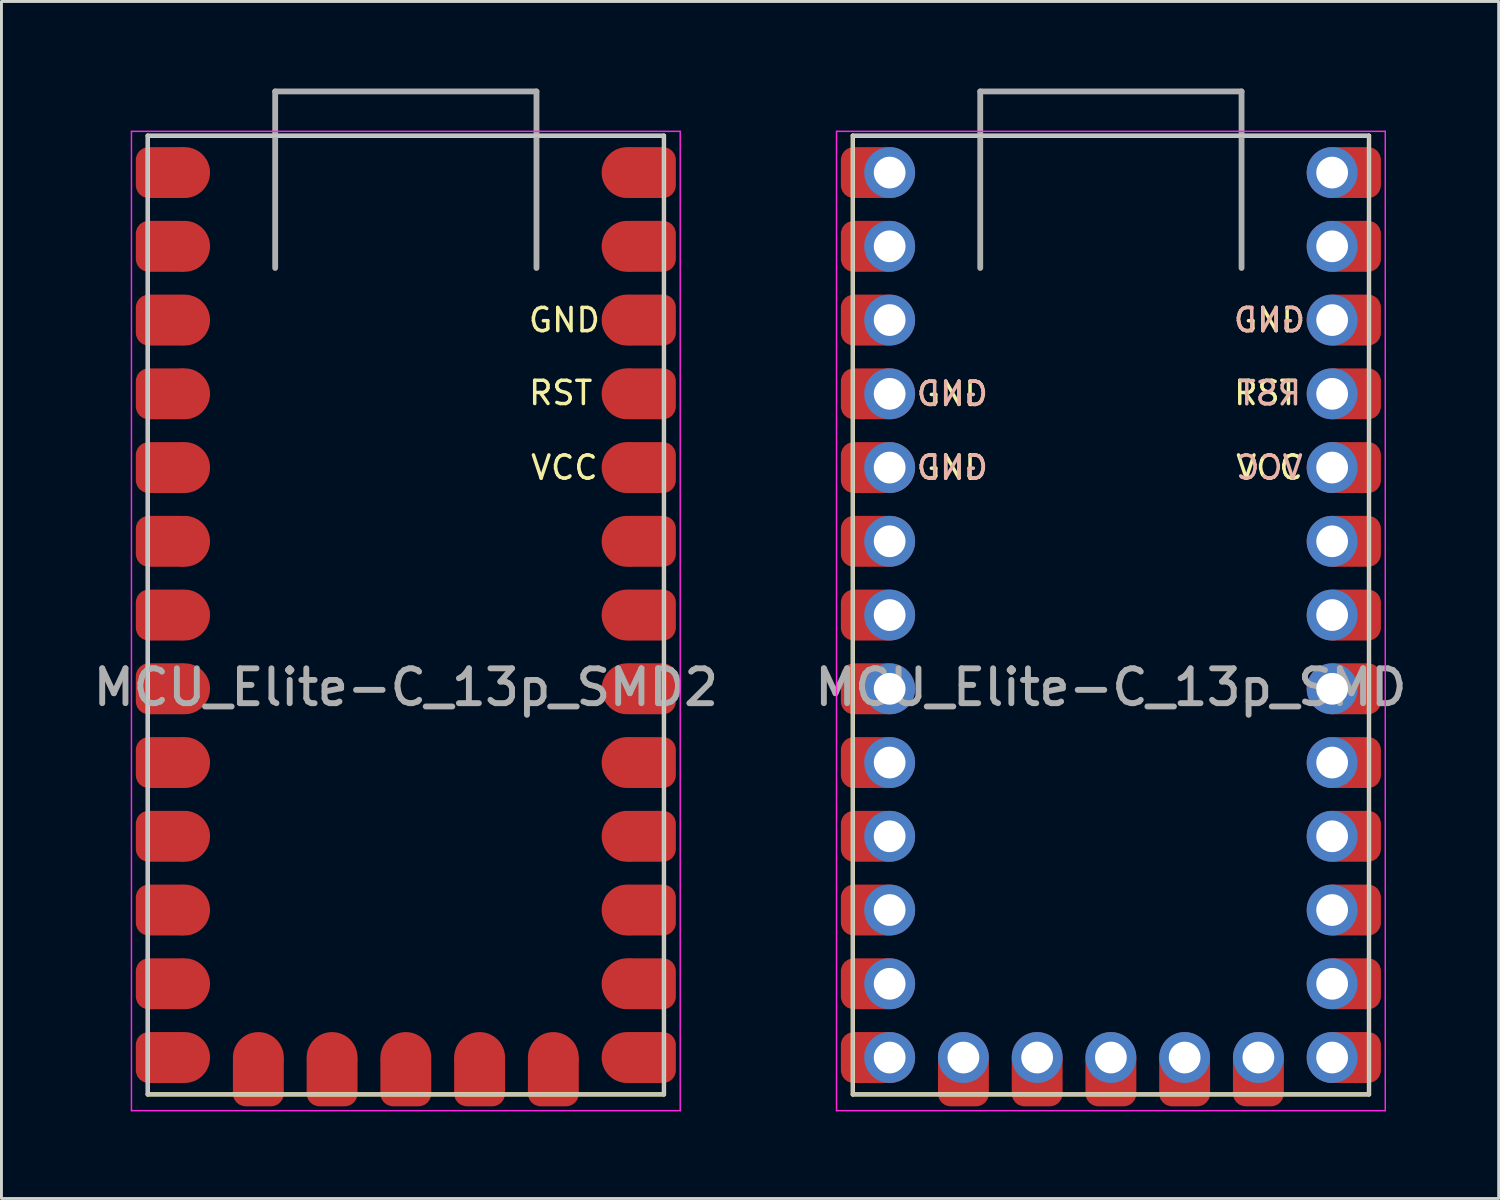
<source format=kicad_pcb>
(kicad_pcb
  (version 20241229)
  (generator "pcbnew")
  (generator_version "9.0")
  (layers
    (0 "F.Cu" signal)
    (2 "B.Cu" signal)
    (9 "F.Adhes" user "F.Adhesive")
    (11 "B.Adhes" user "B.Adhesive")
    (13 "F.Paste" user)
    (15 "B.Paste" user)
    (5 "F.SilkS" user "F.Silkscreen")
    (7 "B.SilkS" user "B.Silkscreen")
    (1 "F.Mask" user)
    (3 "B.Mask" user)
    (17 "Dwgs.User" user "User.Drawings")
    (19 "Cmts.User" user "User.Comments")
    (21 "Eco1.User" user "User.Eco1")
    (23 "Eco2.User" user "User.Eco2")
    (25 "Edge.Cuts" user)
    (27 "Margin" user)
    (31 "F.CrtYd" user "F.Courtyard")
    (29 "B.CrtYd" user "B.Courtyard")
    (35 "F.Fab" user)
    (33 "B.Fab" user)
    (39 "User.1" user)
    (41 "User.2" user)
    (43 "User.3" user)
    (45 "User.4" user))
  (footprint "MCU_Elite-C_13p_SMD"
    (layer "F.Cu")
    (at 35.212 18.624)
    (property "Reference" "MCU_Elite-C_13p_SMD" (at 0 2 180) (layer "F.Fab") (effects (font (size 1.2 1.2) (thickness 0.203))))
    (attr through_hole)
    (fp_line (start -8.89 -17) (end -8.89 16.02) (stroke (width 0.15) (type default)) (layer "F.SilkS"))
    (fp_line (start -8.89 -17) (end 8.89 -17) (stroke (width 0.15) (type default)) (layer "F.SilkS"))
    (fp_line (start 8.89 16.02) (end -8.89 16.02) (stroke (width 0.15) (type default)) (layer "F.SilkS"))
    (fp_line (start 8.89 16.02) (end 8.89 -17) (stroke (width 0.15) (type default)) (layer "F.SilkS"))
    (fp_line (start -8.89 -17) (end 8.89 -17) (stroke (width 0.12) (type default)) (layer "Dwgs.User"))
    (fp_line (start -8.89 16.02) (end -8.89 -17) (stroke (width 0.12) (type default)) (layer "Dwgs.User"))
    (fp_line (start 8.89 -17) (end 8.89 16.02) (stroke (width 0.12) (type default)) (layer "Dwgs.User"))
    (fp_line (start 8.89 16.02) (end -8.89 16.02) (stroke (width 0.12) (type default)) (layer "Dwgs.User"))
    (fp_line (start -9.45 -17.15) (end -9.45 16.58) (stroke (width 0.05) (type default)) (layer "F.CrtYd"))
    (fp_line (start -9.45 -17.15) (end 9.45 -17.15) (stroke (width 0.05) (type default)) (layer "F.CrtYd"))
    (fp_line (start 9.45 -17.15) (end 9.45 16.58) (stroke (width 0.05) (type default)) (layer "F.CrtYd"))
    (fp_line (start 9.45 16.58) (end -9.45 16.58) (stroke (width 0.05) (type default)) (layer "F.CrtYd"))
    (fp_line (start -4.5 -18.524) (end 4.5 -18.524) (stroke (width 0.2) (type solid)) (layer "F.Fab"))
    (fp_line (start -4.5 -12.444) (end -4.5 -18.524) (stroke (width 0.2) (type solid)) (layer "F.Fab"))
    (fp_line (start 4.5 -18.524) (end 4.5 -12.444) (stroke (width 0.2) (type solid)) (layer "F.Fab"))
    (fp_text user "GND" (at -5.461 -8.11 0) (layer "F.SilkS") (effects (font (size 0.8 0.8) (thickness 0.12))))
    (fp_text user "RST" (at 5.334 -8.14 0) (layer "F.SilkS") (effects (font (size 0.8 0.8) (thickness 0.12))))
    (fp_text user "GND" (at 5.461 -10.65 0) (layer "F.SilkS") (effects (font (size 0.8 0.8) (thickness 0.12))))
    (fp_text user "GND" (at -5.461 -5.57 0) (layer "F.SilkS") (effects (font (size 0.8 0.8) (thickness 0.12))))
    (fp_text user "VCC" (at 5.461 -5.57 0) (layer "F.SilkS") (effects (font (size 0.8 0.8) (thickness 0.12))))
    (fp_text user "GND" (at -5.461 -5.57 0) (layer "B.SilkS") (effects (font (size 0.8 0.8) (thickness 0.12)) (justify mirror)))
    (fp_text user "VCC" (at 5.461 -5.57 0) (layer "B.SilkS") (effects (font (size 0.8 0.8) (thickness 0.12)) (justify mirror)))
    (fp_text user "RST" (at 5.461 -8.13 0) (layer "B.SilkS") (effects (font (size 0.8 0.8) (thickness 0.12)) (justify mirror)))
    (fp_text user "GND" (at -5.461 -8.11 0) (layer "B.SilkS") (effects (font (size 0.8 0.8) (thickness 0.12)) (justify mirror)))
    (fp_text user "GND" (at 5.461 -10.65 0) (layer "B.SilkS") (effects (font (size 0.8 0.8) (thickness 0.12)) (justify mirror)))
    (pad "1" smd roundrect (at -8.3 -15.73) (size 2 1.753) (layers "F.Cu" "F.Mask") (roundrect_rratio 0.25) (chamfer_ratio 0.2) (chamfer))
    (pad "1" thru_hole circle (at -7.62 -15.73 270) (size 1.753 1.753) (drill 1.092) (layers "*.Cu" "*.Mask"))
    (pad "2" smd roundrect (at -8.3 -13.19) (size 2 1.753) (layers "F.Cu" "F.Mask") (roundrect_rratio 0.25) (chamfer_ratio 0.2) (chamfer))
    (pad "2" thru_hole circle (at -7.62 -13.19 270) (size 1.753 1.753) (drill 1.092) (layers "*.Cu" "*.Mask"))
    (pad "3" smd roundrect (at -8.3 -10.65) (size 2 1.753) (layers "F.Cu" "F.Mask") (roundrect_rratio 0.25) (chamfer_ratio 0.2) (chamfer))
    (pad "3" thru_hole circle (at -7.62 -10.65 270) (size 1.753 1.753) (drill 1.092) (layers "*.Cu" "*.Mask"))
    (pad "4" smd roundrect (at -8.3 -8.11) (size 2 1.753) (layers "F.Cu" "F.Mask") (roundrect_rratio 0.25) (chamfer_ratio 0.2) (chamfer))
    (pad "4" thru_hole circle (at -7.62 -8.11 270) (size 1.753 1.753) (drill 1.092) (layers "*.Cu" "*.Mask"))
    (pad "5" smd roundrect (at -8.3 -5.57) (size 2 1.753) (layers "F.Cu" "F.Mask") (roundrect_rratio 0.25) (chamfer_ratio 0.2) (chamfer))
    (pad "5" thru_hole circle (at -7.62 -5.57 270) (size 1.753 1.753) (drill 1.092) (layers "*.Cu" "*.Mask"))
    (pad "6" smd roundrect (at -8.3 -3.03) (size 2 1.753) (layers "F.Cu" "F.Mask") (roundrect_rratio 0.25) (chamfer_ratio 0.2) (chamfer))
    (pad "6" thru_hole circle (at -7.62 -3.03 270) (size 1.753 1.753) (drill 1.092) (layers "*.Cu" "*.Mask"))
    (pad "7" smd roundrect (at -8.3 -0.49) (size 2 1.753) (layers "F.Cu" "F.Mask") (roundrect_rratio 0.25) (chamfer_ratio 0.2) (chamfer))
    (pad "7" thru_hole circle (at -7.62 -0.49 270) (size 1.753 1.753) (drill 1.092) (layers "*.Cu" "*.Mask"))
    (pad "8" smd roundrect (at -8.3 2.05) (size 2 1.753) (layers "F.Cu" "F.Mask") (roundrect_rratio 0.25) (chamfer_ratio 0.2) (chamfer))
    (pad "8" thru_hole circle (at -7.62 2.05 270) (size 1.753 1.753) (drill 1.092) (layers "*.Cu" "*.Mask"))
    (pad "9" smd roundrect (at -8.3 4.59) (size 2 1.753) (layers "F.Cu" "F.Mask") (roundrect_rratio 0.25) (chamfer_ratio 0.2) (chamfer))
    (pad "9" thru_hole circle (at -7.62 4.59 270) (size 1.753 1.753) (drill 1.092) (layers "*.Cu" "*.Mask"))
    (pad "10" smd roundrect (at -8.3 7.13) (size 2 1.753) (layers "F.Cu" "F.Mask") (roundrect_rratio 0.25) (chamfer_ratio 0.2) (chamfer))
    (pad "10" thru_hole circle (at -7.62 7.13 270) (size 1.753 1.753) (drill 1.092) (layers "*.Cu" "*.Mask"))
    (pad "11" smd roundrect (at -8.3 9.67) (size 2 1.753) (layers "F.Cu" "F.Mask") (roundrect_rratio 0.25) (chamfer_ratio 0.2) (chamfer))
    (pad "11" thru_hole circle (at -7.62 9.67 270) (size 1.753 1.753) (drill 1.092) (layers "*.Cu" "*.Mask"))
    (pad "12" smd roundrect (at -8.3 12.21) (size 2 1.753) (layers "F.Cu" "F.Mask") (roundrect_rratio 0.25) (chamfer_ratio 0.2) (chamfer))
    (pad "12" thru_hole circle (at -7.62 12.21 270) (size 1.753 1.753) (drill 1.092) (layers "*.Cu" "*.Mask"))
    (pad "13" smd roundrect (at -8.3 14.75) (size 2 1.753) (layers "F.Cu" "F.Mask") (roundrect_rratio 0.25) (chamfer_ratio 0.2) (chamfer))
    (pad "13" thru_hole circle (at -7.62 14.75 270) (size 1.753 1.753) (drill 1.092) (layers "*.Cu" "*.Mask"))
    (pad "14" thru_hole circle (at 7.62 14.75 270) (size 1.753 1.753) (drill 1.092) (layers "*.Cu" "*.Mask"))
    (pad "14" smd roundrect (at 8.3 14.75 180) (size 2 1.753) (layers "F.Cu" "F.Mask") (roundrect_rratio 0.25) (chamfer_ratio 0.2) (chamfer))
    (pad "15" thru_hole circle (at 7.62 12.21 270) (size 1.753 1.753) (drill 1.092) (layers "*.Cu" "*.Mask"))
    (pad "15" smd roundrect (at 8.3 12.21 180) (size 2 1.753) (layers "F.Cu" "F.Mask") (roundrect_rratio 0.25) (chamfer_ratio 0.2) (chamfer))
    (pad "16" thru_hole circle (at 7.62 9.67 270) (size 1.753 1.753) (drill 1.092) (layers "*.Cu" "*.Mask"))
    (pad "16" smd roundrect (at 8.3 9.67 180) (size 2 1.753) (layers "F.Cu" "F.Mask") (roundrect_rratio 0.25) (chamfer_ratio 0.2) (chamfer))
    (pad "17" thru_hole circle (at 7.62 7.13 270) (size 1.753 1.753) (drill 1.092) (layers "*.Cu" "*.Mask"))
    (pad "17" smd roundrect (at 8.3 7.13 180) (size 2 1.753) (layers "F.Cu" "F.Mask") (roundrect_rratio 0.25) (chamfer_ratio 0.2) (chamfer))
    (pad "18" thru_hole circle (at 7.62 4.59 270) (size 1.753 1.753) (drill 1.092) (layers "*.Cu" "*.Mask"))
    (pad "18" smd roundrect (at 8.3 4.59 180) (size 2 1.753) (layers "F.Cu" "F.Mask") (roundrect_rratio 0.25) (chamfer_ratio 0.2) (chamfer))
    (pad "19" thru_hole circle (at 7.62 2.05 270) (size 1.753 1.753) (drill 1.092) (layers "*.Cu" "*.Mask"))
    (pad "19" smd roundrect (at 8.3 2.05 180) (size 2 1.753) (layers "F.Cu" "F.Mask") (roundrect_rratio 0.25) (chamfer_ratio 0.2) (chamfer))
    (pad "20" thru_hole circle (at 7.62 -0.49 270) (size 1.753 1.753) (drill 1.092) (layers "*.Cu" "*.Mask"))
    (pad "20" smd roundrect (at 8.3 -0.49 180) (size 2 1.753) (layers "F.Cu" "F.Mask") (roundrect_rratio 0.25) (chamfer_ratio 0.2) (chamfer))
    (pad "21" thru_hole circle (at 7.62 -3.03 270) (size 1.753 1.753) (drill 1.092) (layers "*.Cu" "*.Mask"))
    (pad "21" smd roundrect (at 8.3 -3.03 180) (size 2 1.753) (layers "F.Cu" "F.Mask") (roundrect_rratio 0.25) (chamfer_ratio 0.2) (chamfer))
    (pad "22" thru_hole circle (at 7.62 -5.57 270) (size 1.753 1.753) (drill 1.092) (layers "*.Cu" "*.Mask"))
    (pad "22" smd roundrect (at 8.3 -5.57 180) (size 2 1.753) (layers "F.Cu" "F.Mask") (roundrect_rratio 0.25) (chamfer_ratio 0.2) (chamfer))
    (pad "23" thru_hole circle (at 7.62 -8.11 270) (size 1.753 1.753) (drill 1.092) (layers "*.Cu" "*.Mask"))
    (pad "23" smd roundrect (at 8.3 -8.11 180) (size 2 1.753) (layers "F.Cu" "F.Mask") (roundrect_rratio 0.25) (chamfer_ratio 0.2) (chamfer))
    (pad "24" thru_hole circle (at 7.62 -10.65 270) (size 1.753 1.753) (drill 1.092) (layers "*.Cu" "*.Mask"))
    (pad "24" smd roundrect (at 8.3 -10.65 180) (size 2 1.753) (layers "F.Cu" "F.Mask") (roundrect_rratio 0.25) (chamfer_ratio 0.2) (chamfer))
    (pad "25" thru_hole circle (at 7.62 -13.19 270) (size 1.753 1.753) (drill 1.092) (layers "*.Cu" "*.Mask"))
    (pad "25" smd roundrect (at 8.3 -13.19 180) (size 2 1.753) (layers "F.Cu" "F.Mask") (roundrect_rratio 0.25) (chamfer_ratio 0.2) (chamfer))
    (pad "26" thru_hole circle (at 7.62 -15.73 270) (size 1.753 1.753) (drill 1.092) (layers "*.Cu" "*.Mask"))
    (pad "26" smd roundrect (at 8.3 -15.73 180) (size 2 1.753) (layers "F.Cu" "F.Mask") (roundrect_rratio 0.25) (chamfer_ratio 0.2) (chamfer))
    (pad "27" thru_hole circle (at -5.08 14.75 270) (size 1.753 1.753) (drill 1.092) (layers "*.Cu" "*.Mask"))
    (pad "27" smd roundrect (at -5.08 15.43 90) (size 2 1.753) (layers "F.Cu" "F.Mask") (roundrect_rratio 0.25) (chamfer_ratio 0.2) (chamfer))
    (pad "28" thru_hole circle (at -2.54 14.75 270) (size 1.753 1.753) (drill 1.092) (layers "*.Cu" "*.Mask"))
    (pad "28" smd roundrect (at -2.54 15.43 90) (size 2 1.753) (layers "F.Cu" "F.Mask") (roundrect_rratio 0.25) (chamfer_ratio 0.2) (chamfer))
    (pad "29" thru_hole circle (at 0 14.75 270) (size 1.753 1.753) (drill 1.092) (layers "*.Cu" "*.Mask"))
    (pad "29" smd roundrect (at 0 15.43 90) (size 2 1.753) (layers "F.Cu" "F.Mask") (roundrect_rratio 0.25) (chamfer_ratio 0.2) (chamfer))
    (pad "30" thru_hole circle (at 2.54 14.75 270) (size 1.753 1.753) (drill 1.092) (layers "*.Cu" "*.Mask"))
    (pad "30" smd roundrect (at 2.54 15.43 90) (size 2 1.753) (layers "F.Cu" "F.Mask") (roundrect_rratio 0.25) (chamfer_ratio 0.2) (chamfer))
    (pad "31" thru_hole circle (at 5.08 14.75 270) (size 1.753 1.753) (drill 1.092) (layers "*.Cu" "*.Mask"))
    (pad "31" smd roundrect (at 5.08 15.43 90) (size 2 1.753) (layers "F.Cu" "F.Mask") (roundrect_rratio 0.25) (chamfer_ratio 0.2) (chamfer)))
  (footprint "MCU_Elite-C_13p_SMD2"
    (layer "F.Cu")
    (at 10.928 18.624)
    (property "Reference" "MCU_Elite-C_13p_SMD2" (at 0 2 180) (layer "F.Fab") (effects (font (size 1.2 1.2) (thickness 0.203))))
    (attr through_hole)
    (fp_line (start -8.89 -17) (end -8.89 16.02) (stroke (width 0.15) (type default)) (layer "F.SilkS"))
    (fp_line (start -8.89 -17) (end 8.89 -17) (stroke (width 0.15) (type default)) (layer "F.SilkS"))
    (fp_line (start 8.89 16.02) (end -8.89 16.02) (stroke (width 0.15) (type default)) (layer "F.SilkS"))
    (fp_line (start 8.89 16.02) (end 8.89 -17) (stroke (width 0.15) (type default)) (layer "F.SilkS"))
    (fp_line (start -8.89 -17) (end 8.89 -17) (stroke (width 0.12) (type default)) (layer "Dwgs.User"))
    (fp_line (start -8.89 16.02) (end -8.89 -17) (stroke (width 0.12) (type default)) (layer "Dwgs.User"))
    (fp_line (start 8.89 -17) (end 8.89 16.02) (stroke (width 0.12) (type default)) (layer "Dwgs.User"))
    (fp_line (start 8.89 16.02) (end -8.89 16.02) (stroke (width 0.12) (type default)) (layer "Dwgs.User"))
    (fp_line (start -9.45 -17.15) (end -9.45 16.58) (stroke (width 0.05) (type default)) (layer "F.CrtYd"))
    (fp_line (start -9.45 -17.15) (end 9.45 -17.15) (stroke (width 0.05) (type default)) (layer "F.CrtYd"))
    (fp_line (start 9.45 -17.15) (end 9.45 16.58) (stroke (width 0.05) (type default)) (layer "F.CrtYd"))
    (fp_line (start 9.45 16.58) (end -9.45 16.58) (stroke (width 0.05) (type default)) (layer "F.CrtYd"))
    (fp_line (start -4.5 -18.524) (end 4.5 -18.524) (stroke (width 0.2) (type solid)) (layer "F.Fab"))
    (fp_line (start -4.5 -12.444) (end -4.5 -18.524) (stroke (width 0.2) (type solid)) (layer "F.Fab"))
    (fp_line (start 4.5 -18.524) (end 4.5 -12.444) (stroke (width 0.2) (type solid)) (layer "F.Fab"))
    (fp_text user "VCC" (at 5.461 -5.57 0) (layer "F.SilkS") (effects (font (size 0.8 0.8) (thickness 0.12))))
    (fp_text user "RST" (at 5.334 -8.14 0) (layer "F.SilkS") (effects (font (size 0.8 0.8) (thickness 0.12))))
    (fp_text user "GND" (at 5.461 -10.65 0) (layer "F.SilkS") (effects (font (size 0.8 0.8) (thickness 0.12))))
    (pad "1" smd roundrect (at -8.3 -15.73) (size 2 1.753) (layers "F.Cu" "F.Mask") (roundrect_rratio 0.25) (chamfer_ratio 0.2) (chamfer))
    (pad "1" smd circle (at -7.62 -15.73 270) (size 1.753 1.753) (layers "F.Cu" "F.Mask"))
    (pad "2" smd roundrect (at -8.3 -13.19) (size 2 1.753) (layers "F.Cu" "F.Mask") (roundrect_rratio 0.25) (chamfer_ratio 0.2) (chamfer))
    (pad "2" smd circle (at -7.62 -13.19 270) (size 1.753 1.753) (layers "F.Cu" "F.Mask"))
    (pad "3" smd roundrect (at -8.3 -10.65) (size 2 1.753) (layers "F.Cu" "F.Mask") (roundrect_rratio 0.25) (chamfer_ratio 0.2) (chamfer))
    (pad "3" smd circle (at -7.62 -10.65 270) (size 1.753 1.753) (layers "F.Cu" "F.Mask"))
    (pad "4" smd roundrect (at -8.3 -8.11) (size 2 1.753) (layers "F.Cu" "F.Mask") (roundrect_rratio 0.25) (chamfer_ratio 0.2) (chamfer))
    (pad "4" smd circle (at -7.62 -8.11 270) (size 1.753 1.753) (layers "F.Cu" "F.Mask"))
    (pad "5" smd roundrect (at -8.3 -5.57) (size 2 1.753) (layers "F.Cu" "F.Mask") (roundrect_rratio 0.25) (chamfer_ratio 0.2) (chamfer))
    (pad "5" smd circle (at -7.62 -5.57 270) (size 1.753 1.753) (layers "F.Cu" "F.Mask"))
    (pad "6" smd roundrect (at -8.3 -3.03) (size 2 1.753) (layers "F.Cu" "F.Mask") (roundrect_rratio 0.25) (chamfer_ratio 0.2) (chamfer))
    (pad "6" smd circle (at -7.62 -3.03 270) (size 1.753 1.753) (layers "F.Cu" "F.Mask"))
    (pad "7" smd roundrect (at -8.3 -0.49) (size 2 1.753) (layers "F.Cu" "F.Mask") (roundrect_rratio 0.25) (chamfer_ratio 0.2) (chamfer))
    (pad "7" smd circle (at -7.62 -0.49 270) (size 1.753 1.753) (layers "F.Cu" "F.Mask"))
    (pad "8" smd roundrect (at -8.3 2.05) (size 2 1.753) (layers "F.Cu" "F.Mask") (roundrect_rratio 0.25) (chamfer_ratio 0.2) (chamfer))
    (pad "8" smd circle (at -7.62 2.05 270) (size 1.753 1.753) (layers "F.Cu" "F.Mask"))
    (pad "9" smd roundrect (at -8.3 4.59) (size 2 1.753) (layers "F.Cu" "F.Mask") (roundrect_rratio 0.25) (chamfer_ratio 0.2) (chamfer))
    (pad "9" smd circle (at -7.62 4.59 270) (size 1.753 1.753) (layers "F.Cu" "F.Mask"))
    (pad "10" smd roundrect (at -8.3 7.13) (size 2 1.753) (layers "F.Cu" "F.Mask") (roundrect_rratio 0.25) (chamfer_ratio 0.2) (chamfer))
    (pad "10" smd circle (at -7.62 7.13 270) (size 1.753 1.753) (layers "F.Cu" "F.Mask"))
    (pad "11" smd roundrect (at -8.3 9.67) (size 2 1.753) (layers "F.Cu" "F.Mask") (roundrect_rratio 0.25) (chamfer_ratio 0.2) (chamfer))
    (pad "11" smd circle (at -7.62 9.67 270) (size 1.753 1.753) (layers "F.Cu" "F.Mask"))
    (pad "12" smd roundrect (at -8.3 12.21) (size 2 1.753) (layers "F.Cu" "F.Mask") (roundrect_rratio 0.25) (chamfer_ratio 0.2) (chamfer))
    (pad "12" smd circle (at -7.62 12.21 270) (size 1.753 1.753) (layers "F.Cu" "F.Mask"))
    (pad "13" smd roundrect (at -8.3 14.75) (size 2 1.753) (layers "F.Cu" "F.Mask") (roundrect_rratio 0.25) (chamfer_ratio 0.2) (chamfer))
    (pad "13" smd circle (at -7.62 14.75 270) (size 1.753 1.753) (layers "F.Cu" "F.Mask"))
    (pad "14" smd circle (at 7.62 14.75 270) (size 1.753 1.753) (layers "F.Cu" "F.Mask"))
    (pad "14" smd roundrect (at 8.3 14.75 180) (size 2 1.753) (layers "F.Cu" "F.Mask") (roundrect_rratio 0.25) (chamfer_ratio 0.2) (chamfer))
    (pad "15" smd circle (at 7.62 12.21 270) (size 1.753 1.753) (layers "F.Cu" "F.Mask"))
    (pad "15" smd roundrect (at 8.3 12.21 180) (size 2 1.753) (layers "F.Cu" "F.Mask") (roundrect_rratio 0.25) (chamfer_ratio 0.2) (chamfer))
    (pad "16" smd circle (at 7.62 9.67 270) (size 1.753 1.753) (layers "F.Cu" "F.Mask"))
    (pad "16" smd roundrect (at 8.3 9.67 180) (size 2 1.753) (layers "F.Cu" "F.Mask") (roundrect_rratio 0.25) (chamfer_ratio 0.2) (chamfer))
    (pad "17" smd circle (at 7.62 7.13 270) (size 1.753 1.753) (layers "F.Cu" "F.Mask"))
    (pad "17" smd roundrect (at 8.3 7.13 180) (size 2 1.753) (layers "F.Cu" "F.Mask") (roundrect_rratio 0.25) (chamfer_ratio 0.2) (chamfer))
    (pad "18" smd circle (at 7.62 4.59 270) (size 1.753 1.753) (layers "F.Cu" "F.Mask"))
    (pad "18" smd roundrect (at 8.3 4.59 180) (size 2 1.753) (layers "F.Cu" "F.Mask") (roundrect_rratio 0.25) (chamfer_ratio 0.2) (chamfer))
    (pad "19" smd circle (at 7.62 2.05 270) (size 1.753 1.753) (layers "F.Cu" "F.Mask"))
    (pad "19" smd roundrect (at 8.3 2.05 180) (size 2 1.753) (layers "F.Cu" "F.Mask") (roundrect_rratio 0.25) (chamfer_ratio 0.2) (chamfer))
    (pad "20" smd circle (at 7.62 -0.49 270) (size 1.753 1.753) (layers "F.Cu" "F.Mask"))
    (pad "20" smd roundrect (at 8.3 -0.49 180) (size 2 1.753) (layers "F.Cu" "F.Mask") (roundrect_rratio 0.25) (chamfer_ratio 0.2) (chamfer))
    (pad "21" smd circle (at 7.62 -3.03 270) (size 1.753 1.753) (layers "F.Cu" "F.Mask"))
    (pad "21" smd roundrect (at 8.3 -3.03 180) (size 2 1.753) (layers "F.Cu" "F.Mask") (roundrect_rratio 0.25) (chamfer_ratio 0.2) (chamfer))
    (pad "22" smd circle (at 7.62 -5.57 270) (size 1.753 1.753) (layers "F.Cu" "F.Mask"))
    (pad "22" smd roundrect (at 8.3 -5.57 180) (size 2 1.753) (layers "F.Cu" "F.Mask") (roundrect_rratio 0.25) (chamfer_ratio 0.2) (chamfer))
    (pad "23" smd circle (at 7.62 -8.11 270) (size 1.753 1.753) (layers "F.Cu" "F.Mask"))
    (pad "23" smd roundrect (at 8.3 -8.11 180) (size 2 1.753) (layers "F.Cu" "F.Mask") (roundrect_rratio 0.25) (chamfer_ratio 0.2) (chamfer))
    (pad "24" smd circle (at 7.62 -10.65 270) (size 1.753 1.753) (layers "F.Cu" "F.Mask"))
    (pad "24" smd roundrect (at 8.3 -10.65 180) (size 2 1.753) (layers "F.Cu" "F.Mask") (roundrect_rratio 0.25) (chamfer_ratio 0.2) (chamfer))
    (pad "25" smd circle (at 7.62 -13.19 270) (size 1.753 1.753) (layers "F.Cu" "F.Mask"))
    (pad "25" smd roundrect (at 8.3 -13.19 180) (size 2 1.753) (layers "F.Cu" "F.Mask") (roundrect_rratio 0.25) (chamfer_ratio 0.2) (chamfer))
    (pad "26" smd circle (at 7.62 -15.73 270) (size 1.753 1.753) (layers "F.Cu" "F.Mask"))
    (pad "26" smd roundrect (at 8.3 -15.73 180) (size 2 1.753) (layers "F.Cu" "F.Mask") (roundrect_rratio 0.25) (chamfer_ratio 0.2) (chamfer))
    (pad "27" smd circle (at -5.08 14.75 270) (size 1.753 1.753) (layers "F.Cu" "F.Mask"))
    (pad "27" smd roundrect (at -5.08 15.43 90) (size 2 1.753) (layers "F.Cu" "F.Mask") (roundrect_rratio 0.25) (chamfer_ratio 0.2) (chamfer))
    (pad "28" smd circle (at -2.54 14.75 270) (size 1.753 1.753) (layers "F.Cu" "F.Mask"))
    (pad "28" smd roundrect (at -2.54 15.43 90) (size 2 1.753) (layers "F.Cu" "F.Mask") (roundrect_rratio 0.25) (chamfer_ratio 0.2) (chamfer))
    (pad "29" smd circle (at 0 14.75 270) (size 1.753 1.753) (layers "F.Cu" "F.Mask"))
    (pad "29" smd roundrect (at 0 15.43 90) (size 2 1.753) (layers "F.Cu" "F.Mask") (roundrect_rratio 0.25) (chamfer_ratio 0.2) (chamfer))
    (pad "30" smd circle (at 2.54 14.75 270) (size 1.753 1.753) (layers "F.Cu" "F.Mask"))
    (pad "30" smd roundrect (at 2.54 15.43 90) (size 2 1.753) (layers "F.Cu" "F.Mask") (roundrect_rratio 0.25) (chamfer_ratio 0.2) (chamfer))
    (pad "31" smd circle (at 5.08 14.75 270) (size 1.753 1.753) (layers "F.Cu" "F.Mask"))
    (pad "31" smd roundrect (at 5.08 15.43 90) (size 2 1.753) (layers "F.Cu" "F.Mask") (roundrect_rratio 0.25) (chamfer_ratio 0.2) (chamfer)))
  (gr_rect
    (start -3 -3)
    (end 48.568 38.229)
    (stroke (width 0.1) (type default))
    (fill no)
    (layer "Edge.Cuts")))
</source>
